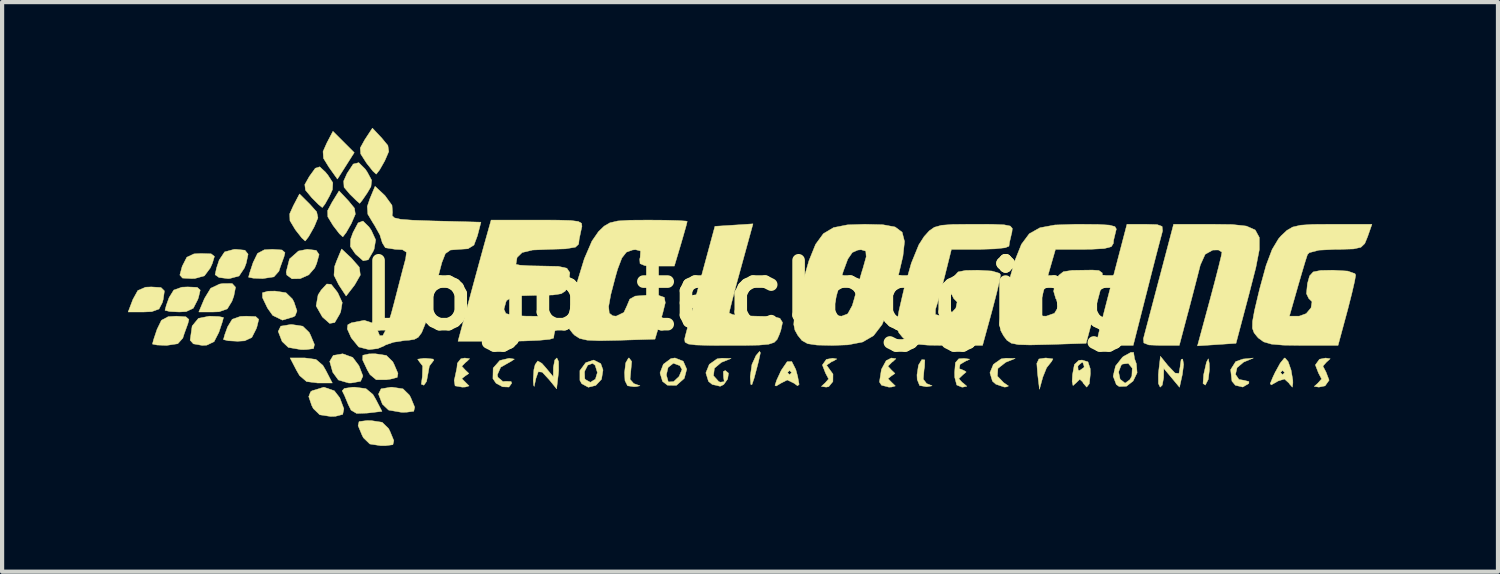
<source format=kicad_pcb>
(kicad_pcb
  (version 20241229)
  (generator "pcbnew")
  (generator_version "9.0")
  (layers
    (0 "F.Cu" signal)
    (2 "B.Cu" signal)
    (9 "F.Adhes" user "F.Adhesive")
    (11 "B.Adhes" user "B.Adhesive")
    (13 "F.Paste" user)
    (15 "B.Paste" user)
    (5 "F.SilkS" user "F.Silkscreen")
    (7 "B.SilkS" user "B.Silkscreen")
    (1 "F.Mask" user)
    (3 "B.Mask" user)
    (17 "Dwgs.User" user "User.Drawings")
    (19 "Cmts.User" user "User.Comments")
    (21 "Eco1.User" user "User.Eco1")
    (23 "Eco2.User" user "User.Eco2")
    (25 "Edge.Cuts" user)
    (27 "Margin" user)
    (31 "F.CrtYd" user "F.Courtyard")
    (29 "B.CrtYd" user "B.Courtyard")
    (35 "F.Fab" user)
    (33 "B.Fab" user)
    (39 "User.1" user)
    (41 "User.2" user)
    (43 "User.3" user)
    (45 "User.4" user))
  (footprint "Logo_teclogging"
    (layer "F.Cu")
    (at 14.829 3.99)
    (property "Reference" "Logo_teclogging" (at 0 0 0) (layer "F.SilkS") (effects (font (size 1.524 1.524) (thickness 0.3))))
    (attr through_hole)
    (fp_poly (pts (xy -9.433 -3.402) (xy -9.834 -2.77) (xy -10.037 -3.055) (xy -10.166 -3.265) (xy -10.177 -3.427) (xy -10.09 -3.625) (xy -9.941 -3.91) (xy -9.433 -3.402)) (stroke (width 0.01) (type solid)) (fill yes) (layer "F.SilkS"))
    (fp_poly (pts (xy -10.347 1.529) (xy -10.181 1.671) (xy -10.11 1.793) (xy -9.956 2.092) (xy -10.304 2.092) (xy -10.57 2.057) (xy -10.736 1.915) (xy -10.807 1.793) (xy -10.962 1.494) (xy -10.613 1.494) (xy -10.347 1.529)) (stroke (width 0.01) (type solid)) (fill yes) (layer "F.SilkS"))
    (fp_poly (pts (xy 7.067 1.496) (xy 7.226 1.517) (xy 7.192 1.579) (xy 7.074 1.728) (xy 6.984 1.951) (xy 6.904 2.241) (xy 6.859 1.868) (xy 6.841 1.624) (xy 6.891 1.519) (xy 7.04 1.496) (xy 7.067 1.496)) (stroke (width 0.01) (type solid)) (fill yes) (layer "F.SilkS"))
    (fp_poly (pts (xy 10.953 1.626) (xy 10.957 1.77) (xy 10.928 2.006) (xy 10.859 2.14) (xy 10.859 2.141) (xy 10.804 2.104) (xy 10.818 1.901) (xy 10.823 1.873) (xy 10.886 1.596) (xy 10.93 1.514) (xy 10.953 1.626)) (stroke (width 0.01) (type solid)) (fill yes) (layer "F.SilkS"))
    (fp_poly (pts (xy -9.499 -0.883) (xy -9.312 -0.669) (xy -9.288 -0.482) (xy -9.422 -0.248) (xy -9.447 -0.215) (xy -9.627 0.018) (xy -9.802 -0.249) (xy -9.916 -0.477) (xy -9.901 -0.688) (xy -9.856 -0.81) (xy -9.734 -1.104) (xy -9.499 -0.883)) (stroke (width 0.01) (type solid)) (fill yes) (layer "F.SilkS"))
    (fp_poly (pts (xy -9.469 1.482) (xy -9.32 1.681) (xy -9.226 1.925) (xy -9.282 2.051) (xy -9.506 2.091) (xy -9.563 2.092) (xy -9.811 2.02) (xy -9.946 1.835) (xy -10.018 1.576) (xy -9.934 1.434) (xy -9.708 1.395) (xy -9.469 1.482)) (stroke (width 0.01) (type solid)) (fill yes) (layer "F.SilkS"))
    (fp_poly (pts (xy 0.251 1.371) (xy 0.209 1.564) (xy 0.189 1.644) (xy 0.101 1.977) (xy 0.048 2.133) (xy 0.021 2.125) (xy 0.009 1.97) (xy 0.008 1.936) (xy 0.049 1.649) (xy 0.145 1.438) (xy 0.231 1.337) (xy 0.251 1.371)) (stroke (width 0.01) (type solid)) (fill yes) (layer "F.SilkS"))
    (fp_poly (pts (xy -14.041 -0.185) (xy -13.959 -0.104) (xy -13.987 0.096) (xy -14.008 0.174) (xy -14.088 0.327) (xy -14.26 0.39) (xy -14.446 0.398) (xy -14.824 0.398) (xy -14.711 0.1) (xy -14.593 -0.114) (xy -14.408 -0.193) (xy -14.272 -0.199) (xy -14.041 -0.185)) (stroke (width 0.01) (type solid)) (fill yes) (layer "F.SilkS"))
    (fp_poly (pts (xy -12.342 -0.279) (xy -12.263 -0.192) (xy -12.304 0.019) (xy -12.349 0.143) (xy -12.46 0.324) (xy -12.654 0.393) (xy -12.792 0.398) (xy -13.139 0.398) (xy -13.003 0.075) (xy -12.856 -0.167) (xy -12.643 -0.268) (xy -12.56 -0.28) (xy -12.342 -0.279)) (stroke (width 0.01) (type solid)) (fill yes) (layer "F.SilkS"))
    (fp_poly (pts (xy -10.34 -1.071) (xy -10.271 -0.971) (xy -10.33 -0.757) (xy -10.375 -0.652) (xy -10.518 -0.487) (xy -10.721 -0.397) (xy -10.918 -0.393) (xy -11.042 -0.484) (xy -11.056 -0.554) (xy -10.977 -0.866) (xy -10.763 -1.055) (xy -10.555 -1.096) (xy -10.34 -1.071)) (stroke (width 0.01) (type solid)) (fill yes) (layer "F.SilkS"))
    (fp_poly (pts (xy -11.061 -0.061) (xy -10.908 0.088) (xy -10.868 0.165) (xy -10.798 0.374) (xy -10.843 0.488) (xy -10.877 0.512) (xy -11.145 0.593) (xy -11.377 0.48) (xy -11.502 0.304) (xy -11.62 0.058) (xy -11.622 -0.06) (xy -11.488 -0.097) (xy -11.321 -0.1) (xy -11.061 -0.061)) (stroke (width 0.01) (type solid)) (fill yes) (layer "F.SilkS"))
    (fp_poly (pts (xy -10.661 0.737) (xy -10.507 0.886) (xy -10.475 0.951) (xy -10.382 1.174) (xy -10.404 1.271) (xy -10.575 1.294) (xy -10.704 1.295) (xy -11.005 1.243) (xy -11.153 1.102) (xy -11.246 0.862) (xy -11.185 0.736) (xy -10.954 0.698) (xy -10.923 0.697) (xy -10.661 0.737)) (stroke (width 0.01) (type solid)) (fill yes) (layer "F.SilkS"))
    (fp_poly (pts (xy -9.908 2.277) (xy -9.778 2.445) (xy -9.68 2.707) (xy -9.708 2.84) (xy -9.882 2.886) (xy -9.995 2.889) (xy -10.255 2.85) (xy -10.409 2.701) (xy -10.448 2.624) (xy -10.518 2.416) (xy -10.473 2.301) (xy -10.439 2.277) (xy -10.157 2.191) (xy -9.908 2.277)) (stroke (width 0.01) (type solid)) (fill yes) (layer "F.SilkS"))
    (fp_poly (pts (xy -9.154 2.226) (xy -8.988 2.364) (xy -8.92 2.48) (xy -8.771 2.768) (xy -9.127 2.809) (xy -9.377 2.817) (xy -9.509 2.739) (xy -9.575 2.606) (xy -9.665 2.389) (xy -9.721 2.277) (xy -9.67 2.221) (xy -9.477 2.192) (xy -9.421 2.191) (xy -9.154 2.226)) (stroke (width 0.01) (type solid)) (fill yes) (layer "F.SilkS"))
    (fp_poly (pts (xy -8.27 2.231) (xy -8.117 2.381) (xy -8.084 2.445) (xy -7.992 2.668) (xy -8.014 2.765) (xy -8.185 2.788) (xy -8.314 2.789) (xy -8.614 2.737) (xy -8.762 2.596) (xy -8.855 2.356) (xy -8.794 2.231) (xy -8.564 2.192) (xy -8.532 2.191) (xy -8.27 2.231)) (stroke (width 0.01) (type solid)) (fill yes) (layer "F.SilkS"))
    (fp_poly (pts (xy -12.845 -0.988) (xy -12.766 -0.927) (xy -12.816 -0.761) (xy -12.865 -0.652) (xy -13.005 -0.464) (xy -13.234 -0.4) (xy -13.308 -0.398) (xy -13.528 -0.41) (xy -13.591 -0.483) (xy -13.54 -0.674) (xy -13.532 -0.697) (xy -13.425 -0.907) (xy -13.255 -0.987) (xy -13.089 -0.996) (xy -12.845 -0.988)) (stroke (width 0.01) (type solid)) (fill yes) (layer "F.SilkS"))
    (fp_poly (pts (xy -12.662 0.507) (xy -12.552 0.529) (xy -12.551 0.533) (xy -12.58 0.641) (xy -12.652 0.857) (xy -12.66 0.882) (xy -12.775 1.106) (xy -12.948 1.189) (xy -13.058 1.195) (xy -13.269 1.158) (xy -13.346 1.071) (xy -13.298 0.733) (xy -13.148 0.55) (xy -12.888 0.498) (xy -12.662 0.507)) (stroke (width 0.01) (type solid)) (fill yes) (layer "F.SilkS"))
    (fp_poly (pts (xy -9.983 -0.261) (xy -9.847 -0.09) (xy -9.823 -0.054) (xy -9.719 0.173) (xy -9.756 0.393) (xy -9.778 0.444) (xy -9.898 0.65) (xy -10.019 0.671) (xy -10.193 0.517) (xy -10.194 0.515) (xy -10.342 0.254) (xy -10.295 -0.009) (xy -10.221 -0.125) (xy -10.088 -0.269) (xy -9.983 -0.261)) (stroke (width 0.01) (type solid)) (fill yes) (layer "F.SilkS"))
    (fp_poly (pts (xy -9.081 -1.628) (xy -9.026 -1.548) (xy -8.922 -1.321) (xy -8.959 -1.101) (xy -8.981 -1.05) (xy -9.1 -0.846) (xy -9.22 -0.823) (xy -9.393 -0.974) (xy -9.411 -0.994) (xy -9.525 -1.161) (xy -9.52 -1.338) (xy -9.464 -1.492) (xy -9.341 -1.726) (xy -9.225 -1.77) (xy -9.081 -1.628)) (stroke (width 0.01) (type solid)) (fill yes) (layer "F.SilkS"))
    (fp_poly (pts (xy -8.768 3.028) (xy -8.615 3.177) (xy -8.582 3.242) (xy -8.489 3.466) (xy -8.512 3.563) (xy -8.684 3.585) (xy -8.799 3.586) (xy -9.062 3.546) (xy -9.215 3.397) (xy -9.248 3.332) (xy -9.341 3.108) (xy -9.318 3.011) (xy -9.145 2.989) (xy -9.03 2.988) (xy -8.768 3.028)) (stroke (width 0.01) (type solid)) (fill yes) (layer "F.SilkS"))
    (fp_poly (pts (xy -8.668 1.434) (xy -8.515 1.584) (xy -8.483 1.648) (xy -8.391 1.862) (xy -8.408 1.958) (xy -8.568 1.999) (xy -8.672 2.014) (xy -8.909 2.014) (xy -9.057 1.891) (xy -9.12 1.782) (xy -9.233 1.542) (xy -9.228 1.43) (xy -9.08 1.397) (xy -8.931 1.395) (xy -8.668 1.434)) (stroke (width 0.01) (type solid)) (fill yes) (layer "F.SilkS"))
    (fp_poly (pts (xy -7.72 1.504) (xy -7.55 1.521) (xy -7.536 1.556) (xy -7.545 1.56) (xy -7.642 1.688) (xy -7.67 1.845) (xy -7.709 2.054) (xy -7.773 2.144) (xy -7.834 2.12) (xy -7.81 1.94) (xy -7.802 1.685) (xy -7.88 1.585) (xy -7.921 1.524) (xy -7.775 1.503) (xy -7.72 1.504)) (stroke (width 0.01) (type solid)) (fill yes) (layer "F.SilkS"))
    (fp_poly (pts (xy -2.818 1.579) (xy -2.837 1.784) (xy -2.857 2.004) (xy -2.769 2.105) (xy -2.72 2.122) (xy -2.621 2.158) (xy -2.71 2.177) (xy -2.764 2.18) (xy -2.916 2.158) (xy -2.978 2.036) (xy -2.988 1.843) (xy -2.961 1.612) (xy -2.895 1.497) (xy -2.881 1.494) (xy -2.818 1.579)) (stroke (width 0.01) (type solid)) (fill yes) (layer "F.SilkS"))
    (fp_poly (pts (xy 4.171 1.541) (xy 4.164 1.712) (xy 4.153 1.771) (xy 4.134 2.001) (xy 4.215 2.107) (xy 4.262 2.123) (xy 4.344 2.159) (xy 4.233 2.178) (xy 4.208 2.18) (xy 4.047 2.152) (xy 3.989 2.008) (xy 3.984 1.898) (xy 4.02 1.665) (xy 4.099 1.534) (xy 4.171 1.541)) (stroke (width 0.01) (type solid)) (fill yes) (layer "F.SilkS"))
    (fp_poly (pts (xy 6.325 1.507) (xy 6.101 1.597) (xy 5.913 1.744) (xy 5.901 1.928) (xy 6.051 2.084) (xy 6.166 2.163) (xy 6.107 2.187) (xy 6.063 2.188) (xy 5.864 2.12) (xy 5.783 2.048) (xy 5.723 1.848) (xy 5.806 1.647) (xy 5.99 1.517) (xy 6.104 1.5) (xy 6.325 1.507)) (stroke (width 0.01) (type solid)) (fill yes) (layer "F.SilkS"))
    (fp_poly (pts (xy 11.771 1.594) (xy 11.615 1.726) (xy 11.578 1.887) (xy 11.66 2.007) (xy 11.781 2.028) (xy 11.898 2.057) (xy 11.896 2.103) (xy 11.75 2.188) (xy 11.575 2.146) (xy 11.493 2.048) (xy 11.462 1.773) (xy 11.583 1.581) (xy 11.755 1.52) (xy 12.003 1.496) (xy 11.771 1.594)) (stroke (width 0.01) (type solid)) (fill yes) (layer "F.SilkS"))
    (fp_poly (pts (xy -13.177 -0.189) (xy -13.105 -0.124) (xy -13.146 0.05) (xy -13.163 0.1) (xy -13.27 0.309) (xy -13.44 0.389) (xy -13.606 0.398) (xy -13.833 0.387) (xy -13.943 0.36) (xy -13.945 0.355) (xy -13.914 0.24) (xy -13.848 0.056) (xy -13.736 -0.125) (xy -13.542 -0.193) (xy -13.405 -0.199) (xy -13.177 -0.189)) (stroke (width 0.01) (type solid)) (fill yes) (layer "F.SilkS"))
    (fp_poly (pts (xy -12.039 -1.074) (xy -11.964 -0.98) (xy -12.008 -0.769) (xy -12.05 -0.654) (xy -12.179 -0.46) (xy -12.405 -0.399) (xy -12.449 -0.398) (xy -12.659 -0.425) (xy -12.75 -0.49) (xy -12.75 -0.492) (xy -12.717 -0.647) (xy -12.653 -0.84) (xy -12.524 -1.034) (xy -12.297 -1.095) (xy -12.254 -1.096) (xy -12.039 -1.074)) (stroke (width 0.01) (type solid)) (fill yes) (layer "F.SilkS"))
    (fp_poly (pts (xy -11.782 0.508) (xy -11.71 0.574) (xy -11.752 0.747) (xy -11.769 0.797) (xy -11.875 1.006) (xy -12.046 1.086) (xy -12.212 1.096) (xy -12.438 1.084) (xy -12.549 1.057) (xy -12.551 1.052) (xy -12.519 0.937) (xy -12.453 0.754) (xy -12.342 0.572) (xy -12.148 0.504) (xy -12.01 0.498) (xy -11.782 0.508)) (stroke (width 0.01) (type solid)) (fill yes) (layer "F.SilkS"))
    (fp_poly (pts (xy -10.489 -2.168) (xy -10.329 -1.989) (xy -10.299 -1.847) (xy -10.383 -1.644) (xy -10.402 -1.607) (xy -10.519 -1.4) (xy -10.598 -1.297) (xy -10.604 -1.295) (xy -10.683 -1.367) (xy -10.822 -1.544) (xy -10.841 -1.57) (xy -10.966 -1.778) (xy -10.972 -1.942) (xy -10.887 -2.131) (xy -10.738 -2.416) (xy -10.489 -2.168)) (stroke (width 0.01) (type solid)) (fill yes) (layer "F.SilkS"))
    (fp_poly (pts (xy -9.571 -2.251) (xy -9.428 -2.076) (xy -9.407 -1.933) (xy -9.498 -1.722) (xy -9.507 -1.703) (xy -9.624 -1.498) (xy -9.702 -1.397) (xy -9.708 -1.395) (xy -9.786 -1.467) (xy -9.923 -1.645) (xy -9.94 -1.668) (xy -10.063 -1.87) (xy -10.068 -2.019) (xy -9.963 -2.216) (xy -9.795 -2.489) (xy -9.571 -2.251)) (stroke (width 0.01) (type solid)) (fill yes) (layer "F.SilkS"))
    (fp_poly (pts (xy -13.447 0.513) (xy -13.375 0.577) (xy -13.398 0.672) (xy -13.489 0.923) (xy -13.52 1.021) (xy -13.64 1.155) (xy -13.907 1.195) (xy -14.133 1.186) (xy -14.242 1.164) (xy -14.244 1.16) (xy -14.215 1.052) (xy -14.143 0.836) (xy -14.135 0.812) (xy -14.03 0.596) (xy -13.869 0.51) (xy -13.676 0.498) (xy -13.447 0.513)) (stroke (width 0.01) (type solid)) (fill yes) (layer "F.SilkS"))
    (fp_poly (pts (xy -11.156 -1.08) (xy -11.084 -1.017) (xy -11.107 -0.921) (xy -11.198 -0.67) (xy -11.229 -0.573) (xy -11.349 -0.439) (xy -11.616 -0.398) (xy -11.842 -0.408) (xy -11.951 -0.43) (xy -11.953 -0.433) (xy -11.924 -0.541) (xy -11.852 -0.758) (xy -11.844 -0.782) (xy -11.739 -0.998) (xy -11.578 -1.084) (xy -11.385 -1.096) (xy -11.156 -1.08)) (stroke (width 0.01) (type solid)) (fill yes) (layer "F.SilkS"))
    (fp_poly (pts (xy -9.171 -3.008) (xy -9.123 -2.938) (xy -9.018 -2.743) (xy -9.035 -2.59) (xy -9.123 -2.44) (xy -9.243 -2.265) (xy -9.303 -2.191) (xy -9.303 -2.191) (xy -9.376 -2.253) (xy -9.53 -2.403) (xy -9.534 -2.407) (xy -9.676 -2.575) (xy -9.685 -2.724) (xy -9.604 -2.905) (xy -9.457 -3.129) (xy -9.325 -3.162) (xy -9.171 -3.008)) (stroke (width 0.01) (type solid)) (fill yes) (layer "F.SilkS"))
    (fp_poly (pts (xy -8.775 -3.746) (xy -8.631 -3.571) (xy -8.61 -3.427) (xy -8.701 -3.216) (xy -8.71 -3.198) (xy -8.827 -2.992) (xy -8.905 -2.891) (xy -8.911 -2.889) (xy -8.989 -2.961) (xy -9.129 -3.138) (xy -9.151 -3.169) (xy -9.279 -3.37) (xy -9.29 -3.513) (xy -9.188 -3.698) (xy -9.176 -3.718) (xy -9 -3.985) (xy -8.775 -3.746)) (stroke (width 0.01) (type solid)) (fill yes) (layer "F.SilkS"))
    (fp_poly (pts (xy -5.615 1.522) (xy -5.678 1.565) (xy -5.941 1.715) (xy -6.021 1.896) (xy -6.008 1.955) (xy -5.889 2.057) (xy -5.814 2.051) (xy -5.694 2.056) (xy -5.678 2.095) (xy -5.745 2.188) (xy -5.896 2.182) (xy -6.052 2.097) (xy -6.127 1.987) (xy -6.121 1.735) (xy -5.963 1.555) (xy -5.74 1.502) (xy -5.615 1.522)) (stroke (width 0.01) (type solid)) (fill yes) (layer "F.SilkS"))
    (fp_poly (pts (xy -10.122 -2.939) (xy -10.061 -2.865) (xy -9.944 -2.684) (xy -9.953 -2.519) (xy -10.023 -2.367) (xy -10.13 -2.175) (xy -10.194 -2.092) (xy -10.195 -2.092) (xy -10.276 -2.156) (xy -10.433 -2.313) (xy -10.45 -2.331) (xy -10.596 -2.507) (xy -10.612 -2.64) (xy -10.507 -2.827) (xy -10.506 -2.829) (xy -10.362 -3.029) (xy -10.256 -3.063) (xy -10.122 -2.939)) (stroke (width 0.01) (type solid)) (fill yes) (layer "F.SilkS"))
    (fp_poly (pts (xy 2.073 1.518) (xy 1.991 1.567) (xy 1.949 1.584) (xy 1.829 1.666) (xy 1.874 1.732) (xy 1.981 1.879) (xy 1.979 2.057) (xy 1.88 2.178) (xy 1.818 2.19) (xy 1.705 2.172) (xy 1.78 2.102) (xy 1.787 2.098) (xy 1.877 1.995) (xy 1.803 1.855) (xy 1.803 1.855) (xy 1.728 1.662) (xy 1.823 1.528) (xy 1.973 1.501) (xy 2.073 1.518)) (stroke (width 0.01) (type solid)) (fill yes) (layer "F.SilkS"))
    (fp_poly (pts (xy 3.481 1.512) (xy 3.409 1.581) (xy 3.387 1.595) (xy 3.291 1.692) (xy 3.373 1.781) (xy 3.459 1.864) (xy 3.373 1.923) (xy 3.292 1.987) (xy 3.386 2.082) (xy 3.387 2.083) (xy 3.468 2.162) (xy 3.374 2.188) (xy 3.312 2.19) (xy 3.138 2.144) (xy 3.089 2.067) (xy 3.136 1.767) (xy 3.249 1.558) (xy 3.373 1.496) (xy 3.481 1.512)) (stroke (width 0.01) (type solid)) (fill yes) (layer "F.SilkS"))
    (fp_poly (pts (xy 13.836 1.513) (xy 13.757 1.585) (xy 13.752 1.588) (xy 13.662 1.69) (xy 13.736 1.831) (xy 13.736 1.831) (xy 13.81 2.025) (xy 13.713 2.16) (xy 13.566 2.19) (xy 13.456 2.172) (xy 13.536 2.101) (xy 13.54 2.098) (xy 13.631 1.995) (xy 13.557 1.855) (xy 13.557 1.855) (xy 13.482 1.661) (xy 13.58 1.525) (xy 13.727 1.496) (xy 13.836 1.513)) (stroke (width 0.01) (type solid)) (fill yes) (layer "F.SilkS"))
    (fp_poly (pts (xy -6.683 1.512) (xy -6.753 1.582) (xy -6.773 1.595) (xy -6.869 1.692) (xy -6.787 1.781) (xy -6.701 1.864) (xy -6.787 1.923) (xy -6.868 1.987) (xy -6.774 2.082) (xy -6.773 2.083) (xy -6.695 2.161) (xy -6.789 2.188) (xy -6.86 2.19) (xy -7.029 2.16) (xy -7.05 2.028) (xy -7.035 1.967) (xy -6.986 1.736) (xy -6.974 1.619) (xy -6.891 1.514) (xy -6.798 1.496) (xy -6.683 1.512)) (stroke (width 0.01) (type solid)) (fill yes) (layer "F.SilkS"))
    (fp_poly (pts (xy -0.448 1.507) (xy -0.68 1.6) (xy -0.846 1.739) (xy -0.868 1.918) (xy -0.742 2.058) (xy -0.706 2.072) (xy -0.611 2.059) (xy -0.628 1.956) (xy -0.634 1.82) (xy -0.587 1.793) (xy -0.51 1.857) (xy -0.53 1.996) (xy -0.623 2.127) (xy -0.708 2.17) (xy -0.898 2.126) (xy -0.987 2.053) (xy -1.05 1.85) (xy -0.968 1.647) (xy -0.783 1.516) (xy -0.669 1.5) (xy -0.448 1.507)) (stroke (width 0.01) (type solid)) (fill yes) (layer "F.SilkS"))
    (fp_poly (pts (xy 5.24 1.523) (xy 5.183 1.555) (xy 5.155 1.563) (xy 5.01 1.648) (xy 4.992 1.749) (xy 5.105 1.794) (xy 5.157 1.829) (xy 5.08 1.894) (xy 4.981 1.988) (xy 5.06 2.077) (xy 5.08 2.09) (xy 5.172 2.169) (xy 5.078 2.19) (xy 5.055 2.19) (xy 4.932 2.14) (xy 4.884 1.957) (xy 4.881 1.843) (xy 4.9 1.607) (xy 4.98 1.515) (xy 5.105 1.506) (xy 5.24 1.523)) (stroke (width 0.01) (type solid)) (fill yes) (layer "F.SilkS"))
    (fp_poly (pts (xy 9.965 1.674) (xy 10.137 1.855) (xy 10.23 1.863) (xy 10.259 1.696) (xy 10.26 1.677) (xy 10.282 1.531) (xy 10.319 1.52) (xy 10.341 1.649) (xy 10.312 1.878) (xy 10.311 1.886) (xy 10.243 2.193) (xy 10.056 1.968) (xy 9.868 1.743) (xy 9.864 1.967) (xy 9.832 2.142) (xy 9.782 2.191) (xy 9.74 2.104) (xy 9.739 1.889) (xy 9.745 1.823) (xy 9.788 1.455) (xy 9.965 1.674)) (stroke (width 0.01) (type solid)) (fill yes) (layer "F.SilkS"))
    (fp_poly (pts (xy -4.561 1.581) (xy -4.559 1.797) (xy -4.565 1.862) (xy -4.608 2.23) (xy -4.785 2.012) (xy -4.951 1.833) (xy -5.045 1.823) (xy -5.102 1.983) (xy -5.109 2.017) (xy -5.143 2.174) (xy -5.158 2.138) (xy -5.166 2.025) (xy -5.15 1.774) (xy -5.12 1.653) (xy -5.058 1.566) (xy -4.959 1.624) (xy -4.874 1.72) (xy -4.688 1.942) (xy -4.685 1.718) (xy -4.652 1.543) (xy -4.602 1.494) (xy -4.561 1.581)) (stroke (width 0.01) (type solid)) (fill yes) (layer "F.SilkS"))
    (fp_poly (pts (xy -1.589 1.573) (xy -1.506 1.762) (xy -1.564 1.981) (xy -1.753 2.148) (xy -1.966 2.144) (xy -2.083 2.053) (xy -2.129 1.898) (xy -1.992 1.898) (xy -1.945 2.066) (xy -1.82 2.059) (xy -1.69 1.938) (xy -1.618 1.77) (xy -1.669 1.678) (xy -1.824 1.62) (xy -1.95 1.72) (xy -1.992 1.898) (xy -2.129 1.898) (xy -2.143 1.851) (xy -2.063 1.644) (xy -1.884 1.51) (xy -1.786 1.494) (xy -1.589 1.573)) (stroke (width 0.01) (type solid)) (fill yes) (layer "F.SilkS"))
    (fp_poly (pts (xy 1.094 1.769) (xy 1.139 1.935) (xy 1.174 2.126) (xy 1.136 2.158) (xy 1.052 2.097) (xy 0.891 2.019) (xy 0.747 2.092) (xy 0.626 2.164) (xy 0.598 2.149) (xy 0.639 2.023) (xy 0.723 1.843) (xy 0.896 1.843) (xy 0.946 1.893) (xy 0.996 1.843) (xy 0.946 1.793) (xy 0.896 1.843) (xy 0.723 1.843) (xy 0.741 1.804) (xy 0.756 1.777) (xy 0.889 1.583) (xy 0.998 1.58) (xy 1.094 1.769)) (stroke (width 0.01) (type solid)) (fill yes) (layer "F.SilkS"))
    (fp_poly (pts (xy 9.71 -1.685) (xy 9.828 -1.642) (xy 9.839 -1.538) (xy 9.822 -1.469) (xy 9.774 -1.289) (xy 9.688 -0.961) (xy 9.578 -0.532) (xy 9.455 -0.047) (xy 9.449 -0.025) (xy 9.139 1.195) (xy 8.693 1.195) (xy 8.42 1.188) (xy 8.3 1.146) (xy 8.287 1.034) (xy 8.312 0.921) (xy 8.362 0.719) (xy 8.451 0.373) (xy 8.565 -0.067) (xy 8.684 -0.523) (xy 8.99 -1.693) (xy 9.437 -1.693) (xy 9.71 -1.685)) (stroke (width 0.01) (type solid)) (fill yes) (layer "F.SilkS"))
    (fp_poly (pts (xy -3.556 1.629) (xy -3.502 1.782) (xy -3.538 2.003) (xy -3.675 2.149) (xy -3.852 2.193) (xy -4.009 2.108) (xy -4.053 2.028) (xy -4.053 1.817) (xy -3.943 1.817) (xy -3.937 1.984) (xy -3.926 2.006) (xy -3.805 2.075) (xy -3.684 2.001) (xy -3.636 1.843) (xy -3.689 1.67) (xy -3.748 1.623) (xy -3.866 1.666) (xy -3.943 1.817) (xy -4.053 1.817) (xy -4.053 1.795) (xy -3.914 1.607) (xy -3.724 1.544) (xy -3.556 1.629)) (stroke (width 0.01) (type solid)) (fill yes) (layer "F.SilkS"))
    (fp_poly (pts (xy 12.832 1.58) (xy 12.903 1.783) (xy 12.944 2.024) (xy 12.946 2.092) (xy 12.933 2.191) (xy 12.867 2.116) (xy 12.851 2.092) (xy 12.745 1.996) (xy 12.591 2.045) (xy 12.555 2.067) (xy 12.431 2.137) (xy 12.405 2.107) (xy 12.473 1.944) (xy 12.521 1.843) (xy 12.65 1.843) (xy 12.7 1.893) (xy 12.75 1.843) (xy 12.7 1.793) (xy 12.65 1.843) (xy 12.521 1.843) (xy 12.521 1.843) (xy 12.643 1.62) (xy 12.74 1.5) (xy 12.757 1.494) (xy 12.832 1.58)) (stroke (width 0.01) (type solid)) (fill yes) (layer "F.SilkS"))
    (fp_poly (pts (xy 8.06 1.587) (xy 8.114 1.749) (xy 8.118 1.868) (xy 8.093 2.108) (xy 8.03 2.19) (xy 7.947 2.095) (xy 7.935 2.067) (xy 7.865 2.003) (xy 7.774 2.092) (xy 7.704 2.153) (xy 7.683 2.056) (xy 7.692 1.893) (xy 7.729 1.693) (xy 7.819 1.693) (xy 7.827 1.785) (xy 7.863 1.793) (xy 7.965 1.721) (xy 7.969 1.693) (xy 7.935 1.596) (xy 7.925 1.594) (xy 7.84 1.664) (xy 7.819 1.693) (xy 7.729 1.693) (xy 7.738 1.649) (xy 7.843 1.552) (xy 7.919 1.544) (xy 8.06 1.587)) (stroke (width 0.01) (type solid)) (fill yes) (layer "F.SilkS"))
    (fp_poly (pts (xy 9.15 1.363) (xy 9.149 1.367) (xy 9.171 1.513) (xy 9.214 1.632) (xy 9.232 1.848) (xy 9.137 2.044) (xy 8.978 2.169) (xy 8.803 2.175) (xy 8.736 2.128) (xy 8.661 1.93) (xy 8.685 1.827) (xy 8.79 1.827) (xy 8.827 2.002) (xy 8.94 2.091) (xy 8.951 2.092) (xy 9.06 2.012) (xy 9.107 1.926) (xy 9.116 1.738) (xy 9.023 1.624) (xy 8.884 1.64) (xy 8.852 1.667) (xy 8.79 1.827) (xy 8.685 1.827) (xy 8.718 1.686) (xy 8.884 1.476) (xy 8.916 1.453) (xy 9.084 1.361) (xy 9.15 1.363)) (stroke (width 0.01) (type solid)) (fill yes) (layer "F.SilkS"))
    (fp_poly (pts (xy -0.208 -0.677) (xy -0.325 -0.25) (xy -0.418 0.105) (xy -0.478 0.345) (xy -0.495 0.423) (xy -0.406 0.461) (xy -0.169 0.488) (xy 0.149 0.498) (xy 0.516 0.506) (xy 0.715 0.548) (xy 0.778 0.649) (xy 0.738 0.834) (xy 0.7 0.94) (xy 0.651 1.051) (xy 0.579 1.124) (xy 0.448 1.167) (xy 0.22 1.188) (xy -0.144 1.195) (xy -0.497 1.195) (xy -0.977 1.194) (xy -1.289 1.185) (xy -1.468 1.162) (xy -1.546 1.118) (xy -1.556 1.045) (xy -1.54 0.971) (xy -1.492 0.791) (xy -1.404 0.464) (xy -1.289 0.037) (xy -1.159 -0.443) (xy -1.158 -0.448) (xy -0.834 -1.644) (xy -0.38 -1.673) (xy 0.074 -1.703) (xy -0.208 -0.677)) (stroke (width 0.01) (type solid)) (fill yes) (layer "F.SilkS"))
    (fp_poly (pts (xy 11.501 -1.687) (xy 11.838 -1.65) (xy 12.049 -1.556) (xy 12.146 -1.378) (xy 12.146 -1.089) (xy 12.063 -0.661) (xy 11.911 -0.069) (xy 11.911 -0.067) (xy 11.59 1.145) (xy 11.13 1.176) (xy 10.671 1.206) (xy 10.963 0.13) (xy 11.08 -0.309) (xy 11.175 -0.677) (xy 11.237 -0.932) (xy 11.255 -1.028) (xy 11.173 -1.08) (xy 11.037 -1.078) (xy 10.855 -0.978) (xy 10.739 -0.721) (xy 10.733 -0.697) (xy 10.665 -0.43) (xy 10.566 -0.047) (xy 10.456 0.374) (xy 10.442 0.423) (xy 10.238 1.195) (xy 9.789 1.195) (xy 9.513 1.184) (xy 9.392 1.136) (xy 9.382 1.033) (xy 9.386 1.021) (xy 9.427 0.863) (xy 9.509 0.554) (xy 9.619 0.137) (xy 9.746 -0.346) (xy 9.767 -0.423) (xy 10.102 -1.693) (xy 11.022 -1.693) (xy 11.501 -1.687)) (stroke (width 0.01) (type solid)) (fill yes) (layer "F.SilkS"))
    (fp_poly (pts (xy 3.171 -1.682) (xy 3.463 -1.628) (xy 3.63 -1.504) (xy 3.687 -1.282) (xy 3.649 -0.934) (xy 3.531 -0.432) (xy 3.49 -0.279) (xy 3.321 0.294) (xy 3.151 0.698) (xy 2.949 0.962) (xy 2.688 1.114) (xy 2.337 1.182) (xy 1.97 1.195) (xy 1.602 1.187) (xy 1.377 1.154) (xy 1.24 1.077) (xy 1.142 0.955) (xy 1.074 0.832) (xy 1.046 0.696) (xy 1.061 0.504) (xy 1.108 0.284) (xy 2.009 0.284) (xy 2.017 0.429) (xy 2.087 0.488) (xy 2.188 0.498) (xy 2.333 0.442) (xy 2.441 0.246) (xy 2.491 0.075) (xy 2.584 -0.268) (xy 2.676 -0.582) (xy 2.694 -0.637) (xy 2.773 -0.918) (xy 2.763 -1.054) (xy 2.652 -1.086) (xy 2.573 -1.078) (xy 2.442 -1.02) (xy 2.334 -0.863) (xy 2.225 -0.568) (xy 2.175 -0.398) (xy 2.062 0.02) (xy 2.009 0.284) (xy 1.108 0.284) (xy 1.123 0.211) (xy 1.236 -0.226) (xy 1.246 -0.265) (xy 1.408 -0.824) (xy 1.567 -1.216) (xy 1.752 -1.469) (xy 1.995 -1.614) (xy 2.325 -1.679) (xy 2.739 -1.693) (xy 3.171 -1.682)) (stroke (width 0.01) (type solid)) (fill yes) (layer "F.SilkS"))
    (fp_poly (pts (xy -4.585 -1.792) (xy -4.272 -1.783) (xy -4.092 -1.76) (xy -4.014 -1.716) (xy -4.004 -1.643) (xy -4.021 -1.569) (xy -4.07 -1.337) (xy -4.083 -1.22) (xy -4.159 -1.147) (xy -4.399 -1.107) (xy -4.771 -1.096) (xy -5.182 -1.079) (xy -5.43 -1.019) (xy -5.551 -0.901) (xy -5.578 -0.739) (xy -5.487 -0.718) (xy -5.249 -0.703) (xy -4.931 -0.697) (xy -4.565 -0.689) (xy -4.364 -0.645) (xy -4.292 -0.539) (xy -4.316 -0.341) (xy -4.346 -0.224) (xy -4.396 -0.105) (xy -4.498 -0.037) (xy -4.699 -0.007) (xy -5.047 -0.000022) (xy -5.081 0) (xy -5.465 0.011) (xy -5.692 0.051) (xy -5.801 0.127) (xy -5.816 0.158) (xy -5.864 0.332) (xy -5.818 0.434) (xy -5.646 0.483) (xy -5.316 0.498) (xy -5.218 0.498) (xy -4.867 0.502) (xy -4.676 0.524) (xy -4.603 0.578) (xy -4.608 0.68) (xy -4.619 0.722) (xy -4.667 0.929) (xy -4.68 1.021) (xy -4.774 1.05) (xy -5.027 1.074) (xy -5.401 1.09) (xy -5.82 1.096) (xy -6.959 1.096) (xy -6.711 0.174) (xy -6.582 -0.303) (xy -6.453 -0.776) (xy -6.346 -1.166) (xy -6.317 -1.27) (xy -6.17 -1.793) (xy -5.066 -1.793) (xy -4.585 -1.792)) (stroke (width 0.01) (type solid)) (fill yes) (layer "F.SilkS"))
    (fp_poly (pts (xy 8.303 -1.689) (xy 8.569 -1.673) (xy 8.703 -1.638) (xy 8.737 -1.579) (xy 8.726 -1.536) (xy 8.672 -1.311) (xy 8.666 -1.237) (xy 8.617 -1.159) (xy 8.448 -1.114) (xy 8.126 -1.097) (xy 7.976 -1.096) (xy 7.286 -1.096) (xy 7.135 -0.573) (xy 7.003 -0.108) (xy 6.925 0.197) (xy 6.897 0.378) (xy 6.918 0.466) (xy 6.986 0.495) (xy 7.064 0.498) (xy 7.262 0.429) (xy 7.356 0.27) (xy 7.306 0.096) (xy 7.294 0.082) (xy 7.241 -0.097) (xy 7.29 -0.31) (xy 7.364 -0.476) (xy 7.474 -0.562) (xy 7.68 -0.594) (xy 7.93 -0.598) (xy 8.167 -0.601) (xy 8.321 -0.591) (xy 8.401 -0.533) (xy 8.412 -0.397) (xy 8.363 -0.15) (xy 8.259 0.241) (xy 8.176 0.548) (xy 8.016 1.145) (xy 7.11 1.174) (xy 6.678 1.184) (xy 6.401 1.176) (xy 6.232 1.142) (xy 6.127 1.071) (xy 6.048 0.965) (xy 5.982 0.844) (xy 5.954 0.708) (xy 5.97 0.514) (xy 6.032 0.22) (xy 6.145 -0.218) (xy 6.16 -0.276) (xy 6.319 -0.829) (xy 6.474 -1.216) (xy 6.661 -1.467) (xy 6.915 -1.61) (xy 7.271 -1.676) (xy 7.766 -1.693) (xy 7.87 -1.693) (xy 8.303 -1.689)) (stroke (width 0.01) (type solid)) (fill yes) (layer "F.SilkS"))
    (fp_poly (pts (xy 14.727 -1.395) (xy 14.66 -1.233) (xy 14.567 -1.144) (xy 14.393 -1.105) (xy 14.088 -1.096) (xy 13.982 -1.096) (xy 13.568 -1.076) (xy 13.338 -1.016) (xy 13.294 -0.971) (xy 13.244 -0.817) (xy 13.159 -0.533) (xy 13.056 -0.179) (xy 13.055 -0.174) (xy 12.863 0.498) (xy 13.094 0.498) (xy 13.263 0.437) (xy 13.379 0.299) (xy 13.402 0.153) (xy 13.324 0.075) (xy 13.27 -0.039) (xy 13.293 -0.278) (xy 13.344 -0.462) (xy 13.431 -0.557) (xy 13.608 -0.592) (xy 13.903 -0.598) (xy 14.253 -0.577) (xy 14.426 -0.516) (xy 14.443 -0.48) (xy 14.418 -0.333) (xy 14.353 -0.05) (xy 14.26 0.317) (xy 14.233 0.417) (xy 14.023 1.195) (xy 13.153 1.195) (xy 12.716 1.189) (xy 12.431 1.164) (xy 12.251 1.111) (xy 12.127 1.022) (xy 12.101 0.995) (xy 12.021 0.895) (xy 11.981 0.786) (xy 11.984 0.624) (xy 12.03 0.368) (xy 12.123 -0.025) (xy 12.16 -0.175) (xy 12.308 -0.714) (xy 12.451 -1.092) (xy 12.604 -1.347) (xy 12.667 -1.419) (xy 12.803 -1.547) (xy 12.941 -1.627) (xy 13.13 -1.671) (xy 13.419 -1.69) (xy 13.856 -1.693) (xy 13.882 -1.693) (xy 14.831 -1.693) (xy 14.727 -1.395)) (stroke (width 0.01) (type solid)) (fill yes) (layer "F.SilkS"))
    (fp_poly (pts (xy -2.02 -1.79) (xy -1.705 -1.781) (xy -1.523 -1.769) (xy -1.494 -1.761) (xy -1.52 -1.656) (xy -1.587 -1.42) (xy -1.647 -1.213) (xy -1.801 -0.697) (xy -2.236 -0.697) (xy -2.504 -0.707) (xy -2.619 -0.754) (xy -2.627 -0.862) (xy -2.616 -0.905) (xy -2.607 -1.056) (xy -2.728 -1.088) (xy -2.8 -1.08) (xy -2.944 -1.028) (xy -3.052 -0.89) (xy -3.154 -0.622) (xy -3.204 -0.448) (xy -3.318 -0.012) (xy -3.368 0.268) (xy -3.353 0.425) (xy -3.272 0.489) (xy -3.189 0.498) (xy -3.004 0.409) (xy -2.93 0.249) (xy -2.864 0.092) (xy -2.733 0.019) (xy -2.473 0.000147) (xy -2.43 0) (xy -2.17 0.005) (xy -2.04 0.05) (xy -2.017 0.179) (xy -2.081 0.436) (xy -2.129 0.598) (xy -2.263 1.046) (xy -3.155 1.074) (xy -3.593 1.083) (xy -3.879 1.07) (xy -4.059 1.029) (xy -4.179 0.952) (xy -4.223 0.908) (xy -4.299 0.81) (xy -4.336 0.7) (xy -4.329 0.535) (xy -4.275 0.275) (xy -4.172 -0.124) (xy -4.133 -0.266) (xy -3.948 -0.87) (xy -3.766 -1.292) (xy -3.609 -1.519) (xy -3.475 -1.648) (xy -3.338 -1.728) (xy -3.148 -1.772) (xy -2.856 -1.79) (xy -2.422 -1.793) (xy -2.02 -1.79)) (stroke (width 0.01) (type solid)) (fill yes) (layer "F.SilkS"))
    (fp_poly (pts (xy 5.788 -1.692) (xy 6.062 -1.68) (xy 6.207 -1.651) (xy 6.257 -1.594) (xy 6.247 -1.502) (xy 6.238 -1.469) (xy 6.19 -1.262) (xy 6.177 -1.17) (xy 6.085 -1.133) (xy 5.845 -1.107) (xy 5.508 -1.096) (xy 5.491 -1.096) (xy 4.805 -1.096) (xy 4.647 -0.463) (xy 4.554 -0.109) (xy 4.473 0.183) (xy 4.425 0.333) (xy 4.423 0.458) (xy 4.575 0.498) (xy 4.609 0.498) (xy 4.788 0.439) (xy 4.911 0.305) (xy 4.941 0.161) (xy 4.858 0.075) (xy 4.803 -0.039) (xy 4.826 -0.278) (xy 4.878 -0.462) (xy 4.964 -0.557) (xy 5.142 -0.592) (xy 5.437 -0.598) (xy 5.772 -0.578) (xy 5.953 -0.523) (xy 5.976 -0.485) (xy 5.951 -0.341) (xy 5.885 -0.06) (xy 5.79 0.305) (xy 5.762 0.411) (xy 5.547 1.195) (xy 4.681 1.195) (xy 4.247 1.189) (xy 3.963 1.164) (xy 3.784 1.111) (xy 3.659 1.021) (xy 3.632 0.992) (xy 3.55 0.891) (xy 3.509 0.781) (xy 3.51 0.621) (xy 3.555 0.365) (xy 3.646 -0.029) (xy 3.677 -0.158) (xy 3.849 -0.766) (xy 4.028 -1.204) (xy 4.153 -1.399) (xy 4.276 -1.536) (xy 4.399 -1.622) (xy 4.569 -1.669) (xy 4.833 -1.689) (xy 5.239 -1.693) (xy 5.349 -1.693) (xy 5.788 -1.692)) (stroke (width 0.01) (type solid)) (fill yes) (layer "F.SilkS"))
    (fp_poly (pts (xy -8.701 -2.377) (xy -8.533 -2.145) (xy -8.521 -1.977) (xy -8.53 -1.899) (xy -8.474 -1.845) (xy -8.323 -1.811) (xy -8.043 -1.79) (xy -7.602 -1.774) (xy -7.495 -1.771) (xy -6.412 -1.743) (xy -6.496 -1.419) (xy -6.579 -1.197) (xy -6.722 -1.109) (xy -6.922 -1.096) (xy -7.14 -1.079) (xy -7.261 -0.993) (xy -7.343 -0.784) (xy -7.373 -0.672) (xy -7.532 -0.06) (xy -7.652 0.387) (xy -7.746 0.695) (xy -7.826 0.891) (xy -7.907 1.001) (xy -8 1.051) (xy -8.119 1.07) (xy -8.226 1.077) (xy -8.5 1.12) (xy -8.689 1.185) (xy -8.711 1.202) (xy -8.874 1.271) (xy -9.082 1.295) (xy -9.326 1.233) (xy -9.501 1.018) (xy -9.508 1.006) (xy -9.599 0.803) (xy -9.587 0.704) (xy -9.502 0.657) (xy -9.194 0.597) (xy -8.973 0.67) (xy -8.894 0.797) (xy -8.828 0.961) (xy -8.752 0.961) (xy -8.661 0.788) (xy -8.549 0.432) (xy -8.48 0.174) (xy -8.375 -0.233) (xy -8.283 -0.589) (xy -8.218 -0.832) (xy -8.207 -0.872) (xy -8.188 -1.027) (xy -8.285 -1.087) (xy -8.455 -1.096) (xy -8.691 -1.133) (xy -8.765 -1.253) (xy -8.765 -1.255) (xy -8.821 -1.439) (xy -8.955 -1.679) (xy -8.975 -1.708) (xy -9.109 -1.932) (xy -9.122 -2.118) (xy -9.061 -2.3) (xy -8.937 -2.598) (xy -8.701 -2.377)) (stroke (width 0.01) (type solid)) (fill yes) (layer "F.SilkS")))
  (gr_rect
    (start -3 -3)
    (end 32.665 10.581)
    (stroke (width 0.1) (type default))
    (fill no)
    (layer "Edge.Cuts")))
</source>
